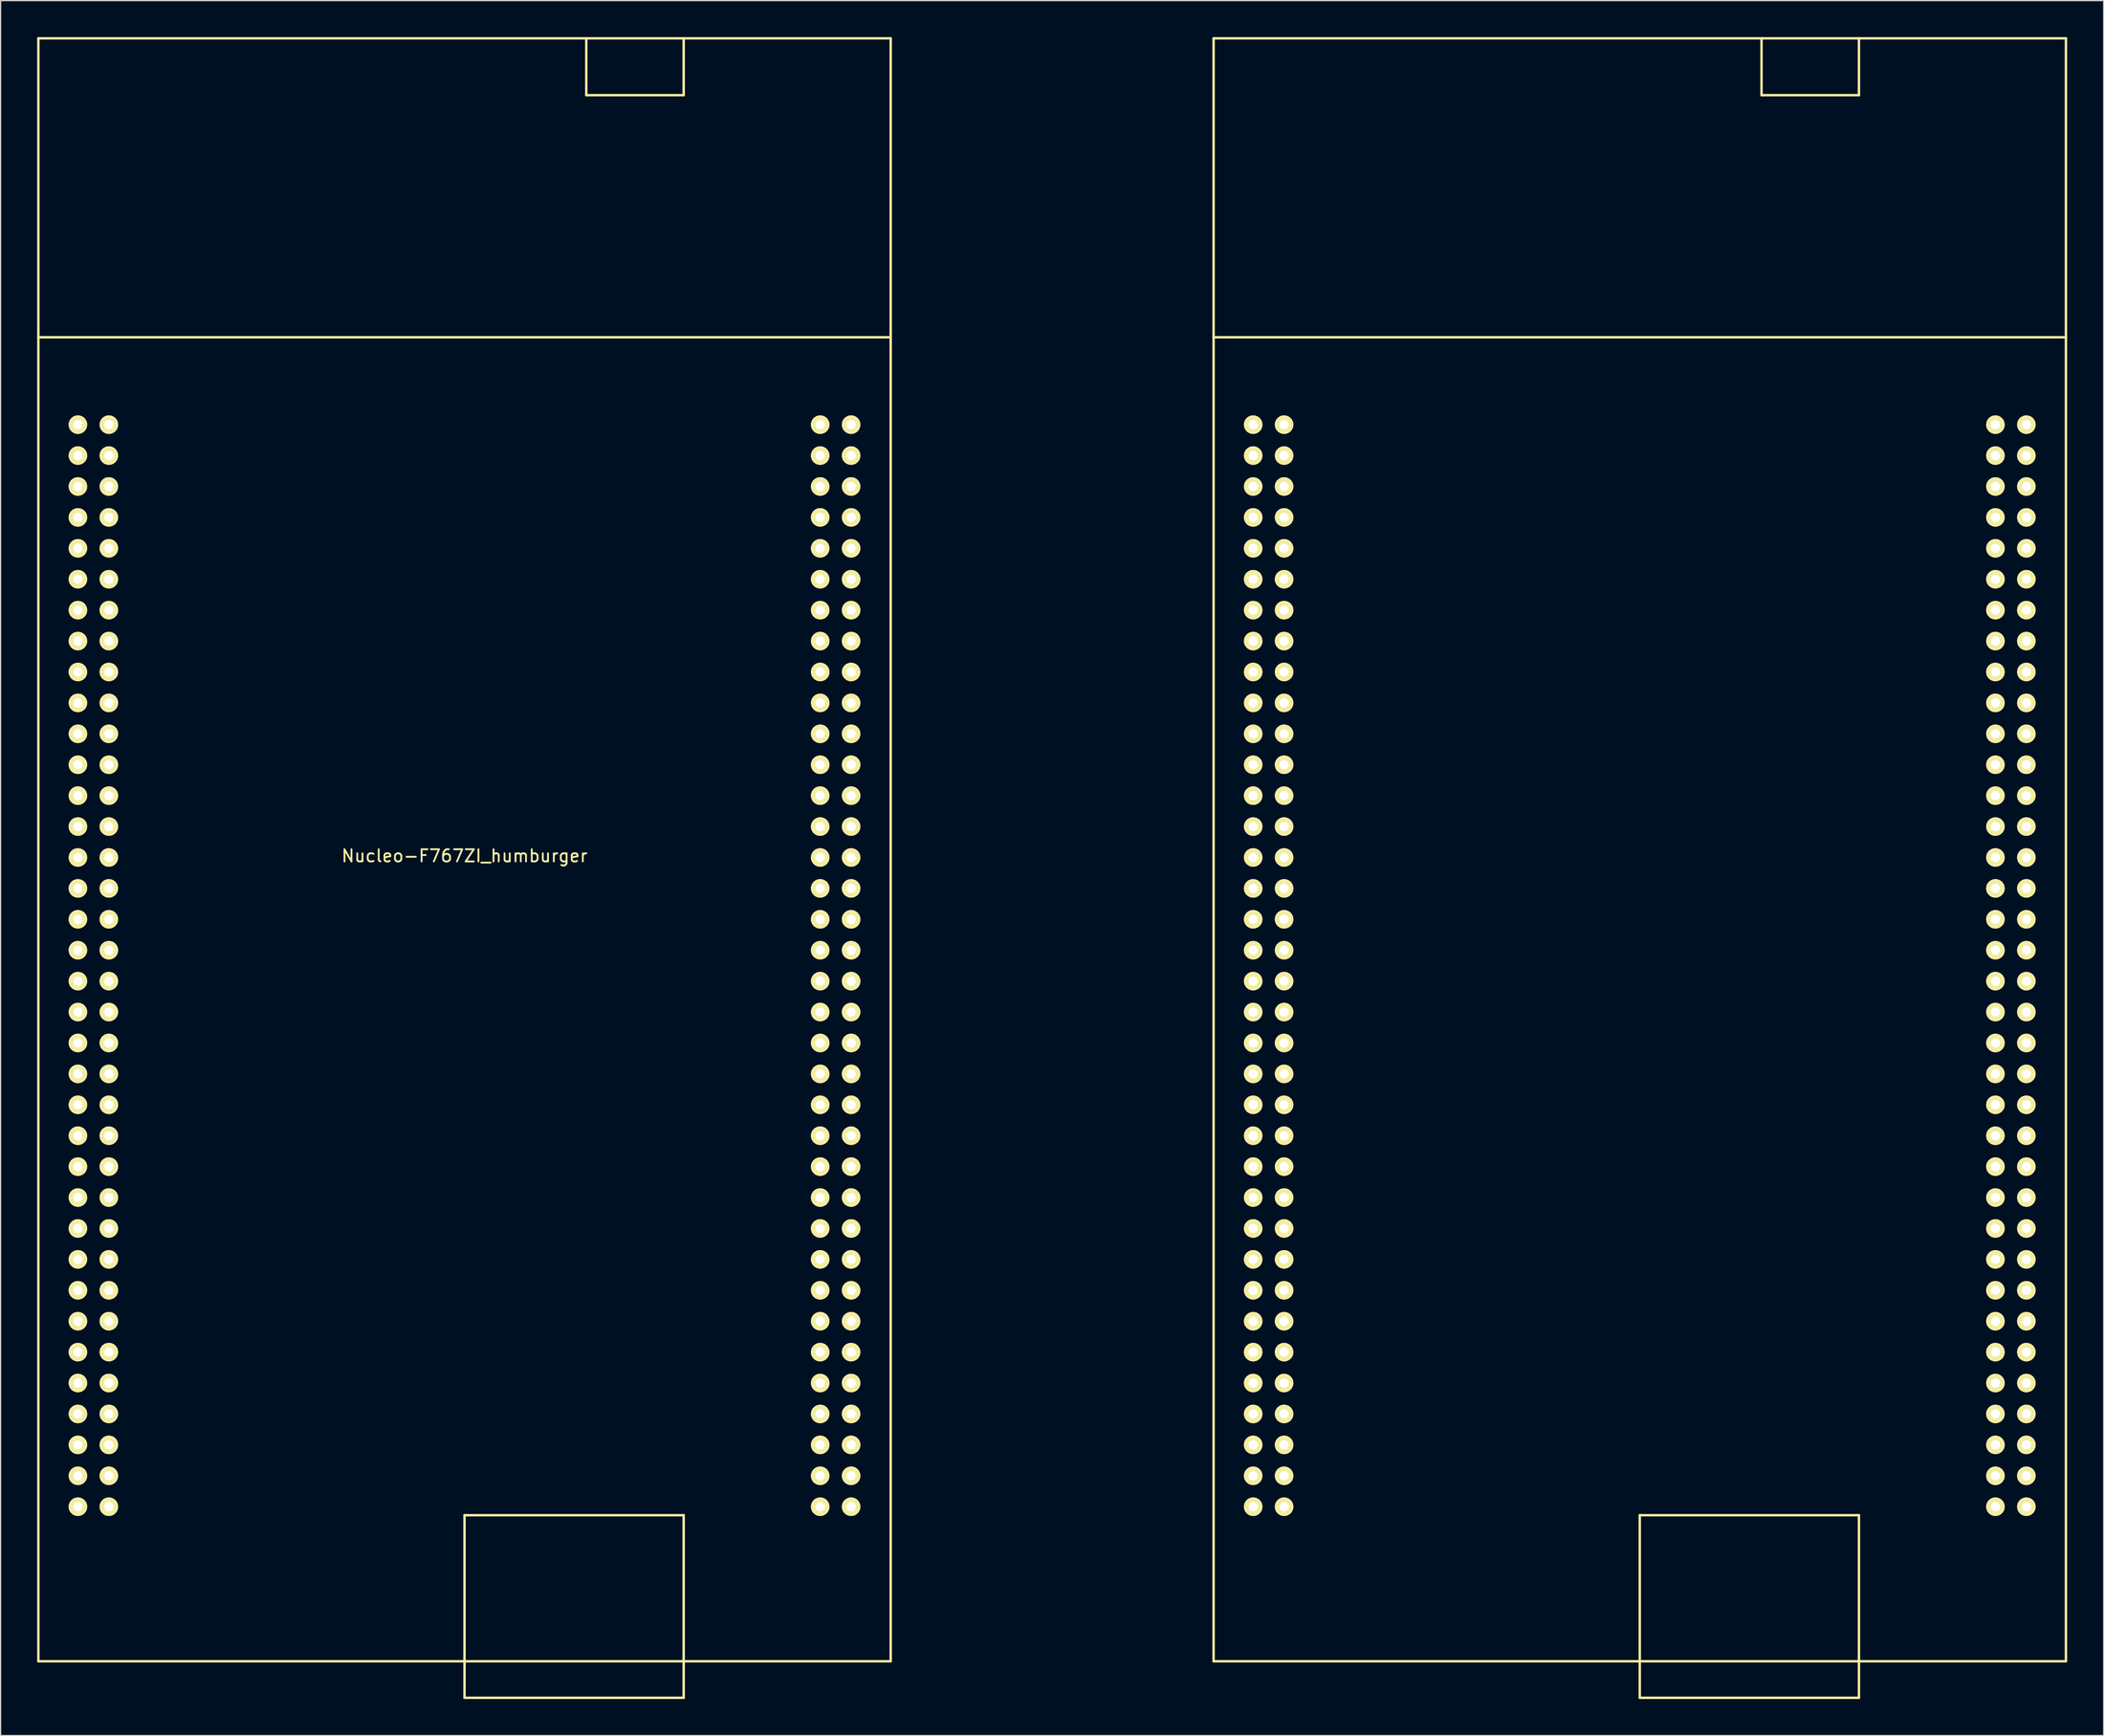
<source format=kicad_pcb>
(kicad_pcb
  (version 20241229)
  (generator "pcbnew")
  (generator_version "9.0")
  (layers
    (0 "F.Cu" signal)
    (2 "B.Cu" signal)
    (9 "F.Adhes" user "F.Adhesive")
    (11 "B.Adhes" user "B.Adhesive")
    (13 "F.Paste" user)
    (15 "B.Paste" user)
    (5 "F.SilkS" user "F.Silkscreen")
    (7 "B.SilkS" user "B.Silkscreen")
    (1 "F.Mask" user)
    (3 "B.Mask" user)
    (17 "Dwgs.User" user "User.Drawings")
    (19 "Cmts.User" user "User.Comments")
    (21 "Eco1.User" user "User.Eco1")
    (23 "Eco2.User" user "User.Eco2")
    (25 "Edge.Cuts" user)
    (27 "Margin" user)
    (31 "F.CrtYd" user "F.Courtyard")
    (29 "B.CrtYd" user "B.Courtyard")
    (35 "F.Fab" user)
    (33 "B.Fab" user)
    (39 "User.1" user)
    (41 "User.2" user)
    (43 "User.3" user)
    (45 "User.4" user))
  (footprint "Nucleo-F767ZI_humburger"
    (layer "F.Cu")
    (at 35.1 66.77)
    (property "Reference" "Nucleo-F767ZI_humburger" (at 0 0.5 0) (layer "F.SilkS") (effects (font (size 1 1) (thickness 0.15))))
    (attr through_hole)
    (fp_line (start -35 -66.67) (end -35 66.67) (stroke (width 0.2) (type solid)) (layer "F.SilkS"))
    (fp_line (start -35 -66.67) (end 35 -66.67) (stroke (width 0.2) (type solid)) (layer "F.SilkS"))
    (fp_line (start -35 -42.11) (end 35 -42.11) (stroke (width 0.2) (type solid)) (layer "F.SilkS"))
    (fp_line (start -35 66.67) (end 35 66.67) (stroke (width 0.2) (type solid)) (layer "F.SilkS"))
    (fp_line (start 0 69.67) (end 0 54.67) (stroke (width 0.2) (type solid)) (layer "F.SilkS"))
    (fp_line (start 0 69.67) (end 18 69.67) (stroke (width 0.2) (type solid)) (layer "F.SilkS"))
    (fp_line (start 10 -62) (end 10 -66.67) (stroke (width 0.2) (type solid)) (layer "F.SilkS"))
    (fp_line (start 18 -66.67) (end 18 -62) (stroke (width 0.2) (type solid)) (layer "F.SilkS"))
    (fp_line (start 18 -62) (end 10 -62) (stroke (width 0.2) (type solid)) (layer "F.SilkS"))
    (fp_line (start 18 54.67) (end 0 54.67) (stroke (width 0.2) (type solid)) (layer "F.SilkS"))
    (fp_line (start 18 69.67) (end 18 54.67) (stroke (width 0.2) (type solid)) (layer "F.SilkS"))
    (fp_line (start 35 -66.67) (end 35 66.67) (stroke (width 0.2) (type solid)) (layer "F.SilkS"))
    (fp_line (start 61.52 -66.67) (end 61.52 66.67) (stroke (width 0.2) (type solid)) (layer "F.SilkS"))
    (fp_line (start 61.52 -66.67) (end 131.52 -66.67) (stroke (width 0.2) (type solid)) (layer "F.SilkS"))
    (fp_line (start 61.52 -42.11) (end 131.52 -42.11) (stroke (width 0.2) (type solid)) (layer "F.SilkS"))
    (fp_line (start 61.52 66.67) (end 131.52 66.67) (stroke (width 0.2) (type solid)) (layer "F.SilkS"))
    (fp_line (start 96.52 69.67) (end 96.52 54.67) (stroke (width 0.2) (type solid)) (layer "F.SilkS"))
    (fp_line (start 96.52 69.67) (end 114.52 69.67) (stroke (width 0.2) (type solid)) (layer "F.SilkS"))
    (fp_line (start 106.52 -62) (end 106.52 -66.67) (stroke (width 0.2) (type solid)) (layer "F.SilkS"))
    (fp_line (start 114.52 -66.67) (end 114.52 -62) (stroke (width 0.2) (type solid)) (layer "F.SilkS"))
    (fp_line (start 114.52 -62) (end 106.52 -62) (stroke (width 0.2) (type solid)) (layer "F.SilkS"))
    (fp_line (start 114.52 54.67) (end 96.52 54.67) (stroke (width 0.2) (type solid)) (layer "F.SilkS"))
    (fp_line (start 114.52 69.67) (end 114.52 54.67) (stroke (width 0.2) (type solid)) (layer "F.SilkS"))
    (fp_line (start 131.52 -66.67) (end 131.52 66.67) (stroke (width 0.2) (type solid)) (layer "F.SilkS"))
    (pad "1" thru_hole circle (at -31.75 -34.93) (size 1.524 1.524) (drill 0.762) (layers "*.Cu" "*.Mask" "F.SilkS"))
    (pad "1" thru_hole circle (at 64.77 -34.93) (size 1.524 1.524) (drill 0.762) (layers "*.Cu" "*.Mask" "F.SilkS"))
    (pad "2" thru_hole circle (at -29.21 -34.93) (size 1.524 1.524) (drill 0.762) (layers "*.Cu" "*.Mask" "F.SilkS"))
    (pad "2" thru_hole circle (at 67.31 -34.93) (size 1.524 1.524) (drill 0.762) (layers "*.Cu" "*.Mask" "F.SilkS"))
    (pad "3" thru_hole circle (at -31.75 -32.39) (size 1.524 1.524) (drill 0.762) (layers "*.Cu" "*.Mask" "F.SilkS"))
    (pad "3" thru_hole circle (at 64.77 -32.39) (size 1.524 1.524) (drill 0.762) (layers "*.Cu" "*.Mask" "F.SilkS"))
    (pad "4" thru_hole circle (at -29.21 -32.39) (size 1.524 1.524) (drill 0.762) (layers "*.Cu" "*.Mask" "F.SilkS"))
    (pad "4" thru_hole circle (at 67.31 -32.39) (size 1.524 1.524) (drill 0.762) (layers "*.Cu" "*.Mask" "F.SilkS"))
    (pad "5" thru_hole circle (at -31.75 -29.85) (size 1.524 1.524) (drill 0.762) (layers "*.Cu" "*.Mask" "F.SilkS"))
    (pad "5" thru_hole circle (at 64.77 -29.85) (size 1.524 1.524) (drill 0.762) (layers "*.Cu" "*.Mask" "F.SilkS"))
    (pad "6" thru_hole circle (at -29.21 -29.85) (size 1.524 1.524) (drill 0.762) (layers "*.Cu" "*.Mask" "F.SilkS"))
    (pad "6" thru_hole circle (at 67.31 -29.85) (size 1.524 1.524) (drill 0.762) (layers "*.Cu" "*.Mask" "F.SilkS"))
    (pad "7" thru_hole circle (at -31.75 -27.31) (size 1.524 1.524) (drill 0.762) (layers "*.Cu" "*.Mask" "F.SilkS"))
    (pad "7" thru_hole circle (at 64.77 -27.31) (size 1.524 1.524) (drill 0.762) (layers "*.Cu" "*.Mask" "F.SilkS"))
    (pad "8" thru_hole circle (at -29.21 -27.31) (size 1.524 1.524) (drill 0.762) (layers "*.Cu" "*.Mask" "F.SilkS"))
    (pad "8" thru_hole circle (at 67.31 -27.31) (size 1.524 1.524) (drill 0.762) (layers "*.Cu" "*.Mask" "F.SilkS"))
    (pad "9" thru_hole circle (at -31.75 -24.77) (size 1.524 1.524) (drill 0.762) (layers "*.Cu" "*.Mask" "F.SilkS"))
    (pad "9" thru_hole circle (at 64.77 -24.77) (size 1.524 1.524) (drill 0.762) (layers "*.Cu" "*.Mask" "F.SilkS"))
    (pad "10" thru_hole circle (at -29.21 -24.77) (size 1.524 1.524) (drill 0.762) (layers "*.Cu" "*.Mask" "F.SilkS"))
    (pad "10" thru_hole circle (at 67.31 -24.77) (size 1.524 1.524) (drill 0.762) (layers "*.Cu" "*.Mask" "F.SilkS"))
    (pad "11" thru_hole circle (at -31.75 -22.23) (size 1.524 1.524) (drill 0.762) (layers "*.Cu" "*.Mask" "F.SilkS"))
    (pad "11" thru_hole circle (at 64.77 -22.23) (size 1.524 1.524) (drill 0.762) (layers "*.Cu" "*.Mask" "F.SilkS"))
    (pad "12" thru_hole circle (at -29.21 -22.23) (size 1.524 1.524) (drill 0.762) (layers "*.Cu" "*.Mask" "F.SilkS"))
    (pad "12" thru_hole circle (at 67.31 -22.23) (size 1.524 1.524) (drill 0.762) (layers "*.Cu" "*.Mask" "F.SilkS"))
    (pad "13" thru_hole circle (at -31.75 -19.69) (size 1.524 1.524) (drill 0.762) (layers "*.Cu" "*.Mask" "F.SilkS"))
    (pad "13" thru_hole circle (at 64.77 -19.69) (size 1.524 1.524) (drill 0.762) (layers "*.Cu" "*.Mask" "F.SilkS"))
    (pad "14" thru_hole circle (at -29.21 -19.69) (size 1.524 1.524) (drill 0.762) (layers "*.Cu" "*.Mask" "F.SilkS"))
    (pad "14" thru_hole circle (at 67.31 -19.69) (size 1.524 1.524) (drill 0.762) (layers "*.Cu" "*.Mask" "F.SilkS"))
    (pad "15" thru_hole circle (at -31.75 -17.15) (size 1.524 1.524) (drill 0.762) (layers "*.Cu" "*.Mask" "F.SilkS"))
    (pad "15" thru_hole circle (at 64.77 -17.15) (size 1.524 1.524) (drill 0.762) (layers "*.Cu" "*.Mask" "F.SilkS"))
    (pad "16" thru_hole circle (at -29.21 -17.15) (size 1.524 1.524) (drill 0.762) (layers "*.Cu" "*.Mask" "F.SilkS"))
    (pad "16" thru_hole circle (at 67.31 -17.15) (size 1.524 1.524) (drill 0.762) (layers "*.Cu" "*.Mask" "F.SilkS"))
    (pad "17" thru_hole circle (at -31.75 -14.61) (size 1.524 1.524) (drill 0.762) (layers "*.Cu" "*.Mask" "F.SilkS"))
    (pad "17" thru_hole circle (at 64.77 -14.61) (size 1.524 1.524) (drill 0.762) (layers "*.Cu" "*.Mask" "F.SilkS"))
    (pad "18" thru_hole circle (at -29.21 -14.61) (size 1.524 1.524) (drill 0.762) (layers "*.Cu" "*.Mask" "F.SilkS"))
    (pad "18" thru_hole circle (at 67.31 -14.61) (size 1.524 1.524) (drill 0.762) (layers "*.Cu" "*.Mask" "F.SilkS"))
    (pad "19" thru_hole circle (at -31.75 -12.07) (size 1.524 1.524) (drill 0.762) (layers "*.Cu" "*.Mask" "F.SilkS"))
    (pad "19" thru_hole circle (at 64.77 -12.07) (size 1.524 1.524) (drill 0.762) (layers "*.Cu" "*.Mask" "F.SilkS"))
    (pad "20" thru_hole circle (at -29.21 -12.07) (size 1.524 1.524) (drill 0.762) (layers "*.Cu" "*.Mask" "F.SilkS"))
    (pad "20" thru_hole circle (at 67.31 -12.07) (size 1.524 1.524) (drill 0.762) (layers "*.Cu" "*.Mask" "F.SilkS"))
    (pad "21" thru_hole circle (at -31.75 -9.53) (size 1.524 1.524) (drill 0.762) (layers "*.Cu" "*.Mask" "F.SilkS"))
    (pad "21" thru_hole circle (at 64.77 -9.53) (size 1.524 1.524) (drill 0.762) (layers "*.Cu" "*.Mask" "F.SilkS"))
    (pad "22" thru_hole circle (at -29.21 -9.53) (size 1.524 1.524) (drill 0.762) (layers "*.Cu" "*.Mask" "F.SilkS"))
    (pad "22" thru_hole circle (at 67.31 -9.53) (size 1.524 1.524) (drill 0.762) (layers "*.Cu" "*.Mask" "F.SilkS"))
    (pad "23" thru_hole circle (at -31.75 -6.99) (size 1.524 1.524) (drill 0.762) (layers "*.Cu" "*.Mask" "F.SilkS"))
    (pad "23" thru_hole circle (at 64.77 -6.99) (size 1.524 1.524) (drill 0.762) (layers "*.Cu" "*.Mask" "F.SilkS"))
    (pad "24" thru_hole circle (at -29.21 -6.99) (size 1.524 1.524) (drill 0.762) (layers "*.Cu" "*.Mask" "F.SilkS"))
    (pad "24" thru_hole circle (at 67.31 -6.99) (size 1.524 1.524) (drill 0.762) (layers "*.Cu" "*.Mask" "F.SilkS"))
    (pad "25" thru_hole circle (at -31.75 -4.45) (size 1.524 1.524) (drill 0.762) (layers "*.Cu" "*.Mask" "F.SilkS"))
    (pad "25" thru_hole circle (at 64.77 -4.45) (size 1.524 1.524) (drill 0.762) (layers "*.Cu" "*.Mask" "F.SilkS"))
    (pad "26" thru_hole circle (at -29.21 -4.45) (size 1.524 1.524) (drill 0.762) (layers "*.Cu" "*.Mask" "F.SilkS"))
    (pad "26" thru_hole circle (at 67.31 -4.45) (size 1.524 1.524) (drill 0.762) (layers "*.Cu" "*.Mask" "F.SilkS"))
    (pad "27" thru_hole circle (at -31.75 -1.91) (size 1.524 1.524) (drill 0.762) (layers "*.Cu" "*.Mask" "F.SilkS"))
    (pad "27" thru_hole circle (at 64.77 -1.91) (size 1.524 1.524) (drill 0.762) (layers "*.Cu" "*.Mask" "F.SilkS"))
    (pad "28" thru_hole circle (at -29.21 -1.91) (size 1.524 1.524) (drill 0.762) (layers "*.Cu" "*.Mask" "F.SilkS"))
    (pad "28" thru_hole circle (at 67.31 -1.91) (size 1.524 1.524) (drill 0.762) (layers "*.Cu" "*.Mask" "F.SilkS"))
    (pad "29" thru_hole circle (at -31.75 0.63) (size 1.524 1.524) (drill 0.762) (layers "*.Cu" "*.Mask" "F.SilkS"))
    (pad "29" thru_hole circle (at 64.77 0.63) (size 1.524 1.524) (drill 0.762) (layers "*.Cu" "*.Mask" "F.SilkS"))
    (pad "30" thru_hole circle (at -29.21 0.63) (size 1.524 1.524) (drill 0.762) (layers "*.Cu" "*.Mask" "F.SilkS"))
    (pad "30" thru_hole circle (at 67.31 0.63) (size 1.524 1.524) (drill 0.762) (layers "*.Cu" "*.Mask" "F.SilkS"))
    (pad "31" thru_hole circle (at -31.75 3.17) (size 1.524 1.524) (drill 0.762) (layers "*.Cu" "*.Mask" "F.SilkS"))
    (pad "31" thru_hole circle (at 64.77 3.17) (size 1.524 1.524) (drill 0.762) (layers "*.Cu" "*.Mask" "F.SilkS"))
    (pad "32" thru_hole circle (at -29.21 3.17) (size 1.524 1.524) (drill 0.762) (layers "*.Cu" "*.Mask" "F.SilkS"))
    (pad "32" thru_hole circle (at 67.31 3.17) (size 1.524 1.524) (drill 0.762) (layers "*.Cu" "*.Mask" "F.SilkS"))
    (pad "33" thru_hole circle (at -31.75 5.71) (size 1.524 1.524) (drill 0.762) (layers "*.Cu" "*.Mask" "F.SilkS"))
    (pad "33" thru_hole circle (at 64.77 5.71) (size 1.524 1.524) (drill 0.762) (layers "*.Cu" "*.Mask" "F.SilkS"))
    (pad "34" thru_hole circle (at -29.21 5.71) (size 1.524 1.524) (drill 0.762) (layers "*.Cu" "*.Mask" "F.SilkS"))
    (pad "34" thru_hole circle (at 67.31 5.71) (size 1.524 1.524) (drill 0.762) (layers "*.Cu" "*.Mask" "F.SilkS"))
    (pad "35" thru_hole circle (at -31.75 8.25) (size 1.524 1.524) (drill 0.762) (layers "*.Cu" "*.Mask" "F.SilkS"))
    (pad "35" thru_hole circle (at 64.77 8.25) (size 1.524 1.524) (drill 0.762) (layers "*.Cu" "*.Mask" "F.SilkS"))
    (pad "36" thru_hole circle (at -29.21 8.25) (size 1.524 1.524) (drill 0.762) (layers "*.Cu" "*.Mask" "F.SilkS"))
    (pad "36" thru_hole circle (at 67.31 8.25) (size 1.524 1.524) (drill 0.762) (layers "*.Cu" "*.Mask" "F.SilkS"))
    (pad "37" thru_hole circle (at -31.75 10.79) (size 1.524 1.524) (drill 0.762) (layers "*.Cu" "*.Mask" "F.SilkS"))
    (pad "37" thru_hole circle (at 64.77 10.79) (size 1.524 1.524) (drill 0.762) (layers "*.Cu" "*.Mask" "F.SilkS"))
    (pad "38" thru_hole circle (at -29.21 10.79) (size 1.524 1.524) (drill 0.762) (layers "*.Cu" "*.Mask" "F.SilkS"))
    (pad "38" thru_hole circle (at 67.31 10.79) (size 1.524 1.524) (drill 0.762) (layers "*.Cu" "*.Mask" "F.SilkS"))
    (pad "39" thru_hole circle (at -31.75 13.33) (size 1.524 1.524) (drill 0.762) (layers "*.Cu" "*.Mask" "F.SilkS"))
    (pad "39" thru_hole circle (at 64.77 13.33) (size 1.524 1.524) (drill 0.762) (layers "*.Cu" "*.Mask" "F.SilkS"))
    (pad "40" thru_hole circle (at -29.21 13.33) (size 1.524 1.524) (drill 0.762) (layers "*.Cu" "*.Mask" "F.SilkS"))
    (pad "40" thru_hole circle (at 67.31 13.33) (size 1.524 1.524) (drill 0.762) (layers "*.Cu" "*.Mask" "F.SilkS"))
    (pad "41" thru_hole circle (at -31.75 15.87) (size 1.524 1.524) (drill 0.762) (layers "*.Cu" "*.Mask" "F.SilkS"))
    (pad "41" thru_hole circle (at 64.77 15.87) (size 1.524 1.524) (drill 0.762) (layers "*.Cu" "*.Mask" "F.SilkS"))
    (pad "42" thru_hole circle (at -29.21 15.87) (size 1.524 1.524) (drill 0.762) (layers "*.Cu" "*.Mask" "F.SilkS"))
    (pad "42" thru_hole circle (at 67.31 15.87) (size 1.524 1.524) (drill 0.762) (layers "*.Cu" "*.Mask" "F.SilkS"))
    (pad "43" thru_hole circle (at -31.75 18.41) (size 1.524 1.524) (drill 0.762) (layers "*.Cu" "*.Mask" "F.SilkS"))
    (pad "43" thru_hole circle (at 64.77 18.41) (size 1.524 1.524) (drill 0.762) (layers "*.Cu" "*.Mask" "F.SilkS"))
    (pad "44" thru_hole circle (at -29.21 18.41) (size 1.524 1.524) (drill 0.762) (layers "*.Cu" "*.Mask" "F.SilkS"))
    (pad "44" thru_hole circle (at 67.31 18.41) (size 1.524 1.524) (drill 0.762) (layers "*.Cu" "*.Mask" "F.SilkS"))
    (pad "45" thru_hole circle (at -31.75 20.95) (size 1.524 1.524) (drill 0.762) (layers "*.Cu" "*.Mask" "F.SilkS"))
    (pad "45" thru_hole circle (at 64.77 20.95) (size 1.524 1.524) (drill 0.762) (layers "*.Cu" "*.Mask" "F.SilkS"))
    (pad "46" thru_hole circle (at -29.21 20.95) (size 1.524 1.524) (drill 0.762) (layers "*.Cu" "*.Mask" "F.SilkS"))
    (pad "46" thru_hole circle (at 67.31 20.95) (size 1.524 1.524) (drill 0.762) (layers "*.Cu" "*.Mask" "F.SilkS"))
    (pad "47" thru_hole circle (at -31.75 23.49) (size 1.524 1.524) (drill 0.762) (layers "*.Cu" "*.Mask" "F.SilkS"))
    (pad "47" thru_hole circle (at 64.77 23.49) (size 1.524 1.524) (drill 0.762) (layers "*.Cu" "*.Mask" "F.SilkS"))
    (pad "48" thru_hole circle (at -29.21 23.49) (size 1.524 1.524) (drill 0.762) (layers "*.Cu" "*.Mask" "F.SilkS"))
    (pad "48" thru_hole circle (at 67.31 23.49) (size 1.524 1.524) (drill 0.762) (layers "*.Cu" "*.Mask" "F.SilkS"))
    (pad "49" thru_hole circle (at -31.75 26.03) (size 1.524 1.524) (drill 0.762) (layers "*.Cu" "*.Mask" "F.SilkS"))
    (pad "49" thru_hole circle (at 64.77 26.03) (size 1.524 1.524) (drill 0.762) (layers "*.Cu" "*.Mask" "F.SilkS"))
    (pad "50" thru_hole circle (at -29.21 26.03) (size 1.524 1.524) (drill 0.762) (layers "*.Cu" "*.Mask" "F.SilkS"))
    (pad "50" thru_hole circle (at 67.31 26.03) (size 1.524 1.524) (drill 0.762) (layers "*.Cu" "*.Mask" "F.SilkS"))
    (pad "51" thru_hole circle (at -31.75 28.57) (size 1.524 1.524) (drill 0.762) (layers "*.Cu" "*.Mask" "F.SilkS"))
    (pad "51" thru_hole circle (at 64.77 28.57) (size 1.524 1.524) (drill 0.762) (layers "*.Cu" "*.Mask" "F.SilkS"))
    (pad "52" thru_hole circle (at -29.21 28.57) (size 1.524 1.524) (drill 0.762) (layers "*.Cu" "*.Mask" "F.SilkS"))
    (pad "52" thru_hole circle (at 67.31 28.57) (size 1.524 1.524) (drill 0.762) (layers "*.Cu" "*.Mask" "F.SilkS"))
    (pad "53" thru_hole circle (at -31.75 31.11) (size 1.524 1.524) (drill 0.762) (layers "*.Cu" "*.Mask" "F.SilkS"))
    (pad "53" thru_hole circle (at 64.77 31.11) (size 1.524 1.524) (drill 0.762) (layers "*.Cu" "*.Mask" "F.SilkS"))
    (pad "54" thru_hole circle (at -29.21 31.11) (size 1.524 1.524) (drill 0.762) (layers "*.Cu" "*.Mask" "F.SilkS"))
    (pad "54" thru_hole circle (at 67.31 31.11) (size 1.524 1.524) (drill 0.762) (layers "*.Cu" "*.Mask" "F.SilkS"))
    (pad "55" thru_hole circle (at -31.75 33.65) (size 1.524 1.524) (drill 0.762) (layers "*.Cu" "*.Mask" "F.SilkS"))
    (pad "55" thru_hole circle (at 64.77 33.65) (size 1.524 1.524) (drill 0.762) (layers "*.Cu" "*.Mask" "F.SilkS"))
    (pad "56" thru_hole circle (at -29.21 33.65) (size 1.524 1.524) (drill 0.762) (layers "*.Cu" "*.Mask" "F.SilkS"))
    (pad "56" thru_hole circle (at 67.31 33.65) (size 1.524 1.524) (drill 0.762) (layers "*.Cu" "*.Mask" "F.SilkS"))
    (pad "57" thru_hole circle (at -31.75 36.19) (size 1.524 1.524) (drill 0.762) (layers "*.Cu" "*.Mask" "F.SilkS"))
    (pad "57" thru_hole circle (at 64.77 36.19) (size 1.524 1.524) (drill 0.762) (layers "*.Cu" "*.Mask" "F.SilkS"))
    (pad "58" thru_hole circle (at -29.21 36.19) (size 1.524 1.524) (drill 0.762) (layers "*.Cu" "*.Mask" "F.SilkS"))
    (pad "58" thru_hole circle (at 67.31 36.19) (size 1.524 1.524) (drill 0.762) (layers "*.Cu" "*.Mask" "F.SilkS"))
    (pad "59" thru_hole circle (at -31.75 38.73) (size 1.524 1.524) (drill 0.762) (layers "*.Cu" "*.Mask" "F.SilkS"))
    (pad "59" thru_hole circle (at 64.77 38.73) (size 1.524 1.524) (drill 0.762) (layers "*.Cu" "*.Mask" "F.SilkS"))
    (pad "60" thru_hole circle (at -29.21 38.73) (size 1.524 1.524) (drill 0.762) (layers "*.Cu" "*.Mask" "F.SilkS"))
    (pad "60" thru_hole circle (at 67.31 38.73) (size 1.524 1.524) (drill 0.762) (layers "*.Cu" "*.Mask" "F.SilkS"))
    (pad "61" thru_hole circle (at -31.75 41.27) (size 1.524 1.524) (drill 0.762) (layers "*.Cu" "*.Mask" "F.SilkS"))
    (pad "61" thru_hole circle (at 64.77 41.27) (size 1.524 1.524) (drill 0.762) (layers "*.Cu" "*.Mask" "F.SilkS"))
    (pad "62" thru_hole circle (at -29.21 41.27) (size 1.524 1.524) (drill 0.762) (layers "*.Cu" "*.Mask" "F.SilkS"))
    (pad "62" thru_hole circle (at 67.31 41.27) (size 1.524 1.524) (drill 0.762) (layers "*.Cu" "*.Mask" "F.SilkS"))
    (pad "63" thru_hole circle (at -31.75 43.81) (size 1.524 1.524) (drill 0.762) (layers "*.Cu" "*.Mask" "F.SilkS"))
    (pad "63" thru_hole circle (at 64.77 43.81) (size 1.524 1.524) (drill 0.762) (layers "*.Cu" "*.Mask" "F.SilkS"))
    (pad "64" thru_hole circle (at -29.21 43.81) (size 1.524 1.524) (drill 0.762) (layers "*.Cu" "*.Mask" "F.SilkS"))
    (pad "64" thru_hole circle (at 67.31 43.81) (size 1.524 1.524) (drill 0.762) (layers "*.Cu" "*.Mask" "F.SilkS"))
    (pad "65" thru_hole circle (at -31.75 46.35) (size 1.524 1.524) (drill 0.762) (layers "*.Cu" "*.Mask" "F.SilkS"))
    (pad "65" thru_hole circle (at 64.77 46.35) (size 1.524 1.524) (drill 0.762) (layers "*.Cu" "*.Mask" "F.SilkS"))
    (pad "66" thru_hole circle (at -29.21 46.35) (size 1.524 1.524) (drill 0.762) (layers "*.Cu" "*.Mask" "F.SilkS"))
    (pad "66" thru_hole circle (at 67.31 46.35) (size 1.524 1.524) (drill 0.762) (layers "*.Cu" "*.Mask" "F.SilkS"))
    (pad "67" thru_hole circle (at -31.75 48.89) (size 1.524 1.524) (drill 0.762) (layers "*.Cu" "*.Mask" "F.SilkS"))
    (pad "67" thru_hole circle (at 64.77 48.89) (size 1.524 1.524) (drill 0.762) (layers "*.Cu" "*.Mask" "F.SilkS"))
    (pad "68" thru_hole circle (at -29.21 48.89) (size 1.524 1.524) (drill 0.762) (layers "*.Cu" "*.Mask" "F.SilkS"))
    (pad "68" thru_hole circle (at 67.31 48.89) (size 1.524 1.524) (drill 0.762) (layers "*.Cu" "*.Mask" "F.SilkS"))
    (pad "69" thru_hole circle (at -31.75 51.43) (size 1.524 1.524) (drill 0.762) (layers "*.Cu" "*.Mask" "F.SilkS"))
    (pad "69" thru_hole circle (at 64.77 51.43) (size 1.524 1.524) (drill 0.762) (layers "*.Cu" "*.Mask" "F.SilkS"))
    (pad "70" thru_hole circle (at -29.21 51.43) (size 1.524 1.524) (drill 0.762) (layers "*.Cu" "*.Mask" "F.SilkS"))
    (pad "70" thru_hole circle (at 67.31 51.43) (size 1.524 1.524) (drill 0.762) (layers "*.Cu" "*.Mask" "F.SilkS"))
    (pad "71" thru_hole circle (at -31.75 53.97) (size 1.524 1.524) (drill 0.762) (layers "*.Cu" "*.Mask" "F.SilkS"))
    (pad "71" thru_hole circle (at 64.77 53.97) (size 1.524 1.524) (drill 0.762) (layers "*.Cu" "*.Mask" "F.SilkS"))
    (pad "72" thru_hole circle (at -29.21 53.97) (size 1.524 1.524) (drill 0.762) (layers "*.Cu" "*.Mask" "F.SilkS"))
    (pad "72" thru_hole circle (at 67.31 53.97) (size 1.524 1.524) (drill 0.762) (layers "*.Cu" "*.Mask" "F.SilkS"))
    (pad "73" thru_hole circle (at 29.21 -34.93) (size 1.524 1.524) (drill 0.762) (layers "*.Cu" "*.Mask" "F.SilkS"))
    (pad "73" thru_hole circle (at 125.73 -34.93) (size 1.524 1.524) (drill 0.762) (layers "*.Cu" "*.Mask" "F.SilkS"))
    (pad "74" thru_hole circle (at 31.75 -34.93) (size 1.524 1.524) (drill 0.762) (layers "*.Cu" "*.Mask" "F.SilkS"))
    (pad "74" thru_hole circle (at 128.27 -34.93) (size 1.524 1.524) (drill 0.762) (layers "*.Cu" "*.Mask" "F.SilkS"))
    (pad "75" thru_hole circle (at 29.21 -32.39) (size 1.524 1.524) (drill 0.762) (layers "*.Cu" "*.Mask" "F.SilkS"))
    (pad "75" thru_hole circle (at 125.73 -32.39) (size 1.524 1.524) (drill 0.762) (layers "*.Cu" "*.Mask" "F.SilkS"))
    (pad "76" thru_hole circle (at 31.75 -32.39) (size 1.524 1.524) (drill 0.762) (layers "*.Cu" "*.Mask" "F.SilkS"))
    (pad "76" thru_hole circle (at 128.27 -32.39) (size 1.524 1.524) (drill 0.762) (layers "*.Cu" "*.Mask" "F.SilkS"))
    (pad "77" thru_hole circle (at 29.21 -29.85) (size 1.524 1.524) (drill 0.762) (layers "*.Cu" "*.Mask" "F.SilkS"))
    (pad "77" thru_hole circle (at 125.73 -29.85) (size 1.524 1.524) (drill 0.762) (layers "*.Cu" "*.Mask" "F.SilkS"))
    (pad "78" thru_hole circle (at 31.75 -29.85) (size 1.524 1.524) (drill 0.762) (layers "*.Cu" "*.Mask" "F.SilkS"))
    (pad "78" thru_hole circle (at 128.27 -29.85) (size 1.524 1.524) (drill 0.762) (layers "*.Cu" "*.Mask" "F.SilkS"))
    (pad "79" thru_hole circle (at 29.21 -27.31) (size 1.524 1.524) (drill 0.762) (layers "*.Cu" "*.Mask" "F.SilkS"))
    (pad "79" thru_hole circle (at 125.73 -27.31) (size 1.524 1.524) (drill 0.762) (layers "*.Cu" "*.Mask" "F.SilkS"))
    (pad "80" thru_hole circle (at 31.75 -27.31) (size 1.524 1.524) (drill 0.762) (layers "*.Cu" "*.Mask" "F.SilkS"))
    (pad "80" thru_hole circle (at 128.27 -27.31) (size 1.524 1.524) (drill 0.762) (layers "*.Cu" "*.Mask" "F.SilkS"))
    (pad "81" thru_hole circle (at 29.21 -24.77) (size 1.524 1.524) (drill 0.762) (layers "*.Cu" "*.Mask" "F.SilkS"))
    (pad "81" thru_hole circle (at 125.73 -24.77) (size 1.524 1.524) (drill 0.762) (layers "*.Cu" "*.Mask" "F.SilkS"))
    (pad "82" thru_hole circle (at 31.75 -24.77) (size 1.524 1.524) (drill 0.762) (layers "*.Cu" "*.Mask" "F.SilkS"))
    (pad "82" thru_hole circle (at 128.27 -24.77) (size 1.524 1.524) (drill 0.762) (layers "*.Cu" "*.Mask" "F.SilkS"))
    (pad "83" thru_hole circle (at 29.21 -22.23) (size 1.524 1.524) (drill 0.762) (layers "*.Cu" "*.Mask" "F.SilkS"))
    (pad "83" thru_hole circle (at 125.73 -22.23) (size 1.524 1.524) (drill 0.762) (layers "*.Cu" "*.Mask" "F.SilkS"))
    (pad "84" thru_hole circle (at 31.75 -22.23) (size 1.524 1.524) (drill 0.762) (layers "*.Cu" "*.Mask" "F.SilkS"))
    (pad "84" thru_hole circle (at 128.27 -22.23) (size 1.524 1.524) (drill 0.762) (layers "*.Cu" "*.Mask" "F.SilkS"))
    (pad "85" thru_hole circle (at 29.21 -19.69) (size 1.524 1.524) (drill 0.762) (layers "*.Cu" "*.Mask" "F.SilkS"))
    (pad "85" thru_hole circle (at 125.73 -19.69) (size 1.524 1.524) (drill 0.762) (layers "*.Cu" "*.Mask" "F.SilkS"))
    (pad "86" thru_hole circle (at 31.75 -19.69) (size 1.524 1.524) (drill 0.762) (layers "*.Cu" "*.Mask" "F.SilkS"))
    (pad "86" thru_hole circle (at 128.27 -19.69) (size 1.524 1.524) (drill 0.762) (layers "*.Cu" "*.Mask" "F.SilkS"))
    (pad "87" thru_hole circle (at 29.21 -17.15) (size 1.524 1.524) (drill 0.762) (layers "*.Cu" "*.Mask" "F.SilkS"))
    (pad "87" thru_hole circle (at 125.73 -17.15) (size 1.524 1.524) (drill 0.762) (layers "*.Cu" "*.Mask" "F.SilkS"))
    (pad "88" thru_hole circle (at 31.75 -17.15) (size 1.524 1.524) (drill 0.762) (layers "*.Cu" "*.Mask" "F.SilkS"))
    (pad "88" thru_hole circle (at 128.27 -17.15) (size 1.524 1.524) (drill 0.762) (layers "*.Cu" "*.Mask" "F.SilkS"))
    (pad "89" thru_hole circle (at 29.21 -14.61) (size 1.524 1.524) (drill 0.762) (layers "*.Cu" "*.Mask" "F.SilkS"))
    (pad "89" thru_hole circle (at 125.73 -14.61) (size 1.524 1.524) (drill 0.762) (layers "*.Cu" "*.Mask" "F.SilkS"))
    (pad "90" thru_hole circle (at 31.75 -14.61) (size 1.524 1.524) (drill 0.762) (layers "*.Cu" "*.Mask" "F.SilkS"))
    (pad "90" thru_hole circle (at 128.27 -14.61) (size 1.524 1.524) (drill 0.762) (layers "*.Cu" "*.Mask" "F.SilkS"))
    (pad "91" thru_hole circle (at 29.21 -12.07) (size 1.524 1.524) (drill 0.762) (layers "*.Cu" "*.Mask" "F.SilkS"))
    (pad "91" thru_hole circle (at 125.73 -12.07) (size 1.524 1.524) (drill 0.762) (layers "*.Cu" "*.Mask" "F.SilkS"))
    (pad "92" thru_hole circle (at 31.75 -12.07) (size 1.524 1.524) (drill 0.762) (layers "*.Cu" "*.Mask" "F.SilkS"))
    (pad "92" thru_hole circle (at 128.27 -12.07) (size 1.524 1.524) (drill 0.762) (layers "*.Cu" "*.Mask" "F.SilkS"))
    (pad "93" thru_hole circle (at 29.21 -9.53) (size 1.524 1.524) (drill 0.762) (layers "*.Cu" "*.Mask" "F.SilkS"))
    (pad "93" thru_hole circle (at 125.73 -9.53) (size 1.524 1.524) (drill 0.762) (layers "*.Cu" "*.Mask" "F.SilkS"))
    (pad "94" thru_hole circle (at 31.75 -9.53) (size 1.524 1.524) (drill 0.762) (layers "*.Cu" "*.Mask" "F.SilkS"))
    (pad "94" thru_hole circle (at 128.27 -9.53) (size 1.524 1.524) (drill 0.762) (layers "*.Cu" "*.Mask" "F.SilkS"))
    (pad "95" thru_hole circle (at 29.21 -6.99) (size 1.524 1.524) (drill 0.762) (layers "*.Cu" "*.Mask" "F.SilkS"))
    (pad "95" thru_hole circle (at 125.73 -6.99) (size 1.524 1.524) (drill 0.762) (layers "*.Cu" "*.Mask" "F.SilkS"))
    (pad "96" thru_hole circle (at 31.75 -6.99) (size 1.524 1.524) (drill 0.762) (layers "*.Cu" "*.Mask" "F.SilkS"))
    (pad "96" thru_hole circle (at 128.27 -6.99) (size 1.524 1.524) (drill 0.762) (layers "*.Cu" "*.Mask" "F.SilkS"))
    (pad "97" thru_hole circle (at 29.21 -4.45) (size 1.524 1.524) (drill 0.762) (layers "*.Cu" "*.Mask" "F.SilkS"))
    (pad "97" thru_hole circle (at 125.73 -4.45) (size 1.524 1.524) (drill 0.762) (layers "*.Cu" "*.Mask" "F.SilkS"))
    (pad "98" thru_hole circle (at 31.75 -4.45) (size 1.524 1.524) (drill 0.762) (layers "*.Cu" "*.Mask" "F.SilkS"))
    (pad "98" thru_hole circle (at 128.27 -4.45) (size 1.524 1.524) (drill 0.762) (layers "*.Cu" "*.Mask" "F.SilkS"))
    (pad "99" thru_hole circle (at 29.21 -1.91) (size 1.524 1.524) (drill 0.762) (layers "*.Cu" "*.Mask" "F.SilkS"))
    (pad "99" thru_hole circle (at 125.73 -1.91) (size 1.524 1.524) (drill 0.762) (layers "*.Cu" "*.Mask" "F.SilkS"))
    (pad "100" thru_hole circle (at 31.75 -1.91) (size 1.524 1.524) (drill 0.762) (layers "*.Cu" "*.Mask" "F.SilkS"))
    (pad "100" thru_hole circle (at 128.27 -1.91) (size 1.524 1.524) (drill 0.762) (layers "*.Cu" "*.Mask" "F.SilkS"))
    (pad "101" thru_hole circle (at 29.21 0.63) (size 1.524 1.524) (drill 0.762) (layers "*.Cu" "*.Mask" "F.SilkS"))
    (pad "101" thru_hole circle (at 125.73 0.63) (size 1.524 1.524) (drill 0.762) (layers "*.Cu" "*.Mask" "F.SilkS"))
    (pad "102" thru_hole circle (at 31.75 0.63) (size 1.524 1.524) (drill 0.762) (layers "*.Cu" "*.Mask" "F.SilkS"))
    (pad "102" thru_hole circle (at 128.27 0.63) (size 1.524 1.524) (drill 0.762) (layers "*.Cu" "*.Mask" "F.SilkS"))
    (pad "103" thru_hole circle (at 29.21 3.17) (size 1.524 1.524) (drill 0.762) (layers "*.Cu" "*.Mask" "F.SilkS"))
    (pad "103" thru_hole circle (at 125.73 3.17) (size 1.524 1.524) (drill 0.762) (layers "*.Cu" "*.Mask" "F.SilkS"))
    (pad "104" thru_hole circle (at 31.75 3.17) (size 1.524 1.524) (drill 0.762) (layers "*.Cu" "*.Mask" "F.SilkS"))
    (pad "104" thru_hole circle (at 128.27 3.17) (size 1.524 1.524) (drill 0.762) (layers "*.Cu" "*.Mask" "F.SilkS"))
    (pad "105" thru_hole circle (at 29.21 5.71) (size 1.524 1.524) (drill 0.762) (layers "*.Cu" "*.Mask" "F.SilkS"))
    (pad "105" thru_hole circle (at 125.73 5.71) (size 1.524 1.524) (drill 0.762) (layers "*.Cu" "*.Mask" "F.SilkS"))
    (pad "106" thru_hole circle (at 31.75 5.71) (size 1.524 1.524) (drill 0.762) (layers "*.Cu" "*.Mask" "F.SilkS"))
    (pad "106" thru_hole circle (at 128.27 5.71) (size 1.524 1.524) (drill 0.762) (layers "*.Cu" "*.Mask" "F.SilkS"))
    (pad "107" thru_hole circle (at 29.21 8.25) (size 1.524 1.524) (drill 0.762) (layers "*.Cu" "*.Mask" "F.SilkS"))
    (pad "107" thru_hole circle (at 125.73 8.25) (size 1.524 1.524) (drill 0.762) (layers "*.Cu" "*.Mask" "F.SilkS"))
    (pad "108" thru_hole circle (at 31.75 8.25) (size 1.524 1.524) (drill 0.762) (layers "*.Cu" "*.Mask" "F.SilkS"))
    (pad "108" thru_hole circle (at 128.27 8.25) (size 1.524 1.524) (drill 0.762) (layers "*.Cu" "*.Mask" "F.SilkS"))
    (pad "109" thru_hole circle (at 29.21 10.79) (size 1.524 1.524) (drill 0.762) (layers "*.Cu" "*.Mask" "F.SilkS"))
    (pad "109" thru_hole circle (at 125.73 10.79) (size 1.524 1.524) (drill 0.762) (layers "*.Cu" "*.Mask" "F.SilkS"))
    (pad "110" thru_hole circle (at 31.75 10.79) (size 1.524 1.524) (drill 0.762) (layers "*.Cu" "*.Mask" "F.SilkS"))
    (pad "110" thru_hole circle (at 128.27 10.79) (size 1.524 1.524) (drill 0.762) (layers "*.Cu" "*.Mask" "F.SilkS"))
    (pad "111" thru_hole circle (at 29.21 13.33) (size 1.524 1.524) (drill 0.762) (layers "*.Cu" "*.Mask" "F.SilkS"))
    (pad "111" thru_hole circle (at 125.73 13.33) (size 1.524 1.524) (drill 0.762) (layers "*.Cu" "*.Mask" "F.SilkS"))
    (pad "112" thru_hole circle (at 31.75 13.33) (size 1.524 1.524) (drill 0.762) (layers "*.Cu" "*.Mask" "F.SilkS"))
    (pad "112" thru_hole circle (at 128.27 13.33) (size 1.524 1.524) (drill 0.762) (layers "*.Cu" "*.Mask" "F.SilkS"))
    (pad "113" thru_hole circle (at 29.21 15.87) (size 1.524 1.524) (drill 0.762) (layers "*.Cu" "*.Mask" "F.SilkS"))
    (pad "113" thru_hole circle (at 125.73 15.87) (size 1.524 1.524) (drill 0.762) (layers "*.Cu" "*.Mask" "F.SilkS"))
    (pad "114" thru_hole circle (at 31.75 15.87) (size 1.524 1.524) (drill 0.762) (layers "*.Cu" "*.Mask" "F.SilkS"))
    (pad "114" thru_hole circle (at 128.27 15.87) (size 1.524 1.524) (drill 0.762) (layers "*.Cu" "*.Mask" "F.SilkS"))
    (pad "115" thru_hole circle (at 29.21 18.41) (size 1.524 1.524) (drill 0.762) (layers "*.Cu" "*.Mask" "F.SilkS"))
    (pad "115" thru_hole circle (at 125.73 18.41) (size 1.524 1.524) (drill 0.762) (layers "*.Cu" "*.Mask" "F.SilkS"))
    (pad "116" thru_hole circle (at 31.75 18.41) (size 1.524 1.524) (drill 0.762) (layers "*.Cu" "*.Mask" "F.SilkS"))
    (pad "116" thru_hole circle (at 128.27 18.41) (size 1.524 1.524) (drill 0.762) (layers "*.Cu" "*.Mask" "F.SilkS"))
    (pad "117" thru_hole circle (at 29.21 20.95) (size 1.524 1.524) (drill 0.762) (layers "*.Cu" "*.Mask" "F.SilkS"))
    (pad "117" thru_hole circle (at 125.73 20.95) (size 1.524 1.524) (drill 0.762) (layers "*.Cu" "*.Mask" "F.SilkS"))
    (pad "118" thru_hole circle (at 31.75 20.95) (size 1.524 1.524) (drill 0.762) (layers "*.Cu" "*.Mask" "F.SilkS"))
    (pad "118" thru_hole circle (at 128.27 20.95) (size 1.524 1.524) (drill 0.762) (layers "*.Cu" "*.Mask" "F.SilkS"))
    (pad "119" thru_hole circle (at 29.21 23.49) (size 1.524 1.524) (drill 0.762) (layers "*.Cu" "*.Mask" "F.SilkS"))
    (pad "119" thru_hole circle (at 125.73 23.49) (size 1.524 1.524) (drill 0.762) (layers "*.Cu" "*.Mask" "F.SilkS"))
    (pad "120" thru_hole circle (at 31.75 23.49) (size 1.524 1.524) (drill 0.762) (layers "*.Cu" "*.Mask" "F.SilkS"))
    (pad "120" thru_hole circle (at 128.27 23.49) (size 1.524 1.524) (drill 0.762) (layers "*.Cu" "*.Mask" "F.SilkS"))
    (pad "121" thru_hole circle (at 29.21 26.03) (size 1.524 1.524) (drill 0.762) (layers "*.Cu" "*.Mask" "F.SilkS"))
    (pad "121" thru_hole circle (at 125.73 26.03) (size 1.524 1.524) (drill 0.762) (layers "*.Cu" "*.Mask" "F.SilkS"))
    (pad "122" thru_hole circle (at 31.75 26.03) (size 1.524 1.524) (drill 0.762) (layers "*.Cu" "*.Mask" "F.SilkS"))
    (pad "122" thru_hole circle (at 128.27 26.03) (size 1.524 1.524) (drill 0.762) (layers "*.Cu" "*.Mask" "F.SilkS"))
    (pad "123" thru_hole circle (at 29.21 28.57) (size 1.524 1.524) (drill 0.762) (layers "*.Cu" "*.Mask" "F.SilkS"))
    (pad "123" thru_hole circle (at 125.73 28.57) (size 1.524 1.524) (drill 0.762) (layers "*.Cu" "*.Mask" "F.SilkS"))
    (pad "124" thru_hole circle (at 31.75 28.57) (size 1.524 1.524) (drill 0.762) (layers "*.Cu" "*.Mask" "F.SilkS"))
    (pad "124" thru_hole circle (at 128.27 28.57) (size 1.524 1.524) (drill 0.762) (layers "*.Cu" "*.Mask" "F.SilkS"))
    (pad "125" thru_hole circle (at 29.21 31.11) (size 1.524 1.524) (drill 0.762) (layers "*.Cu" "*.Mask" "F.SilkS"))
    (pad "125" thru_hole circle (at 125.73 31.11) (size 1.524 1.524) (drill 0.762) (layers "*.Cu" "*.Mask" "F.SilkS"))
    (pad "126" thru_hole circle (at 31.75 31.11) (size 1.524 1.524) (drill 0.762) (layers "*.Cu" "*.Mask" "F.SilkS"))
    (pad "126" thru_hole circle (at 128.27 31.11) (size 1.524 1.524) (drill 0.762) (layers "*.Cu" "*.Mask" "F.SilkS"))
    (pad "127" thru_hole circle (at 29.21 33.65) (size 1.524 1.524) (drill 0.762) (layers "*.Cu" "*.Mask" "F.SilkS"))
    (pad "127" thru_hole circle (at 125.73 33.65) (size 1.524 1.524) (drill 0.762) (layers "*.Cu" "*.Mask" "F.SilkS"))
    (pad "128" thru_hole circle (at 31.75 33.65) (size 1.524 1.524) (drill 0.762) (layers "*.Cu" "*.Mask" "F.SilkS"))
    (pad "128" thru_hole circle (at 128.27 33.65) (size 1.524 1.524) (drill 0.762) (layers "*.Cu" "*.Mask" "F.SilkS"))
    (pad "129" thru_hole circle (at 29.21 36.19) (size 1.524 1.524) (drill 0.762) (layers "*.Cu" "*.Mask" "F.SilkS"))
    (pad "129" thru_hole circle (at 125.73 36.19) (size 1.524 1.524) (drill 0.762) (layers "*.Cu" "*.Mask" "F.SilkS"))
    (pad "130" thru_hole circle (at 31.75 36.19) (size 1.524 1.524) (drill 0.762) (layers "*.Cu" "*.Mask" "F.SilkS"))
    (pad "130" thru_hole circle (at 128.27 36.19) (size 1.524 1.524) (drill 0.762) (layers "*.Cu" "*.Mask" "F.SilkS"))
    (pad "131" thru_hole circle (at 29.21 38.73) (size 1.524 1.524) (drill 0.762) (layers "*.Cu" "*.Mask" "F.SilkS"))
    (pad "131" thru_hole circle (at 125.73 38.73) (size 1.524 1.524) (drill 0.762) (layers "*.Cu" "*.Mask" "F.SilkS"))
    (pad "132" thru_hole circle (at 31.75 38.73) (size 1.524 1.524) (drill 0.762) (layers "*.Cu" "*.Mask" "F.SilkS"))
    (pad "132" thru_hole circle (at 128.27 38.73) (size 1.524 1.524) (drill 0.762) (layers "*.Cu" "*.Mask" "F.SilkS"))
    (pad "133" thru_hole circle (at 29.21 41.27) (size 1.524 1.524) (drill 0.762) (layers "*.Cu" "*.Mask" "F.SilkS"))
    (pad "133" thru_hole circle (at 125.73 41.27) (size 1.524 1.524) (drill 0.762) (layers "*.Cu" "*.Mask" "F.SilkS"))
    (pad "134" thru_hole circle (at 31.75 41.27) (size 1.524 1.524) (drill 0.762) (layers "*.Cu" "*.Mask" "F.SilkS"))
    (pad "134" thru_hole circle (at 128.27 41.27) (size 1.524 1.524) (drill 0.762) (layers "*.Cu" "*.Mask" "F.SilkS"))
    (pad "135" thru_hole circle (at 29.21 43.81) (size 1.524 1.524) (drill 0.762) (layers "*.Cu" "*.Mask" "F.SilkS"))
    (pad "135" thru_hole circle (at 125.73 43.81) (size 1.524 1.524) (drill 0.762) (layers "*.Cu" "*.Mask" "F.SilkS"))
    (pad "136" thru_hole circle (at 31.75 43.81) (size 1.524 1.524) (drill 0.762) (layers "*.Cu" "*.Mask" "F.SilkS"))
    (pad "136" thru_hole circle (at 128.27 43.81) (size 1.524 1.524) (drill 0.762) (layers "*.Cu" "*.Mask" "F.SilkS"))
    (pad "137" thru_hole circle (at 29.21 46.35) (size 1.524 1.524) (drill 0.762) (layers "*.Cu" "*.Mask" "F.SilkS"))
    (pad "137" thru_hole circle (at 125.73 46.35) (size 1.524 1.524) (drill 0.762) (layers "*.Cu" "*.Mask" "F.SilkS"))
    (pad "138" thru_hole circle (at 31.75 46.35) (size 1.524 1.524) (drill 0.762) (layers "*.Cu" "*.Mask" "F.SilkS"))
    (pad "138" thru_hole circle (at 128.27 46.35) (size 1.524 1.524) (drill 0.762) (layers "*.Cu" "*.Mask" "F.SilkS"))
    (pad "139" thru_hole circle (at 29.21 48.89) (size 1.524 1.524) (drill 0.762) (layers "*.Cu" "*.Mask" "F.SilkS"))
    (pad "139" thru_hole circle (at 125.73 48.89) (size 1.524 1.524) (drill 0.762) (layers "*.Cu" "*.Mask" "F.SilkS"))
    (pad "140" thru_hole circle (at 31.75 48.89) (size 1.524 1.524) (drill 0.762) (layers "*.Cu" "*.Mask" "F.SilkS"))
    (pad "140" thru_hole circle (at 128.27 48.89) (size 1.524 1.524) (drill 0.762) (layers "*.Cu" "*.Mask" "F.SilkS"))
    (pad "141" thru_hole circle (at 29.21 51.43) (size 1.524 1.524) (drill 0.762) (layers "*.Cu" "*.Mask" "F.SilkS"))
    (pad "141" thru_hole circle (at 125.73 51.43) (size 1.524 1.524) (drill 0.762) (layers "*.Cu" "*.Mask" "F.SilkS"))
    (pad "142" thru_hole circle (at 31.75 51.43) (size 1.524 1.524) (drill 0.762) (layers "*.Cu" "*.Mask" "F.SilkS"))
    (pad "142" thru_hole circle (at 128.27 51.43) (size 1.524 1.524) (drill 0.762) (layers "*.Cu" "*.Mask" "F.SilkS"))
    (pad "143" thru_hole circle (at 29.21 53.97) (size 1.524 1.524) (drill 0.762) (layers "*.Cu" "*.Mask" "F.SilkS"))
    (pad "143" thru_hole circle (at 125.73 53.97) (size 1.524 1.524) (drill 0.762) (layers "*.Cu" "*.Mask" "F.SilkS"))
    (pad "144" thru_hole circle (at 31.75 53.97) (size 1.524 1.524) (drill 0.762) (layers "*.Cu" "*.Mask" "F.SilkS"))
    (pad "144" thru_hole circle (at 128.27 53.97) (size 1.524 1.524) (drill 0.762) (layers "*.Cu" "*.Mask" "F.SilkS")))
  (gr_rect
    (start -3 -3)
    (end 169.72 139.54)
    (stroke (width 0.1) (type default))
    (fill no)
    (layer "Edge.Cuts")))
</source>
